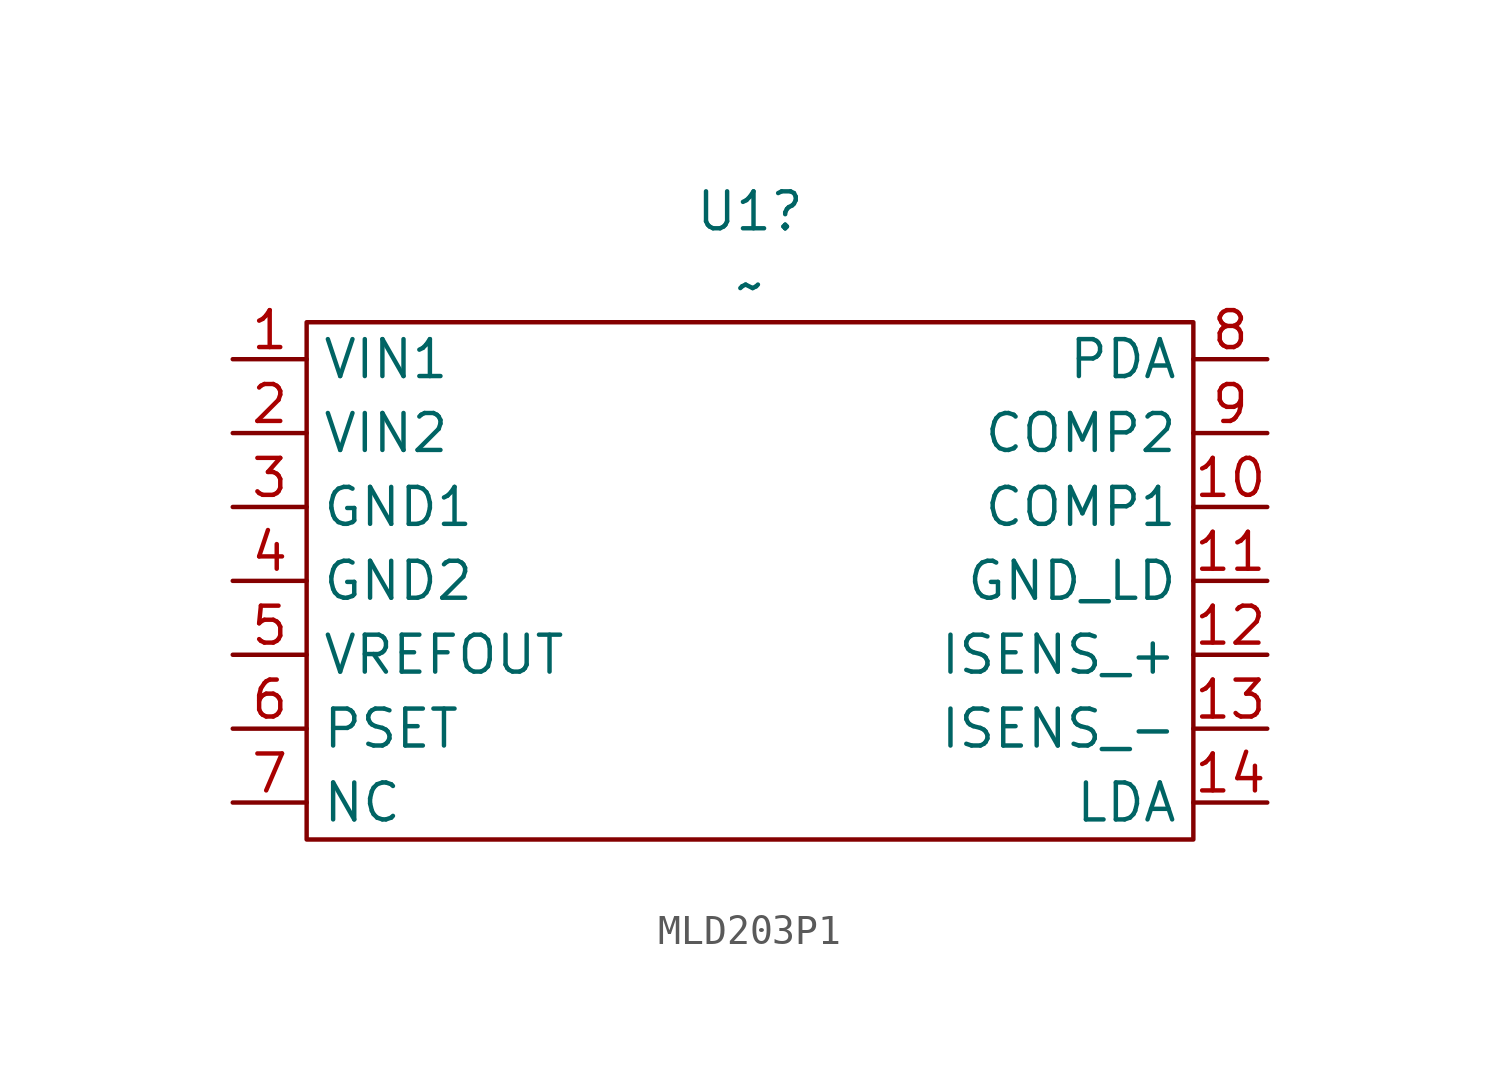
<source format=kicad_sym>
(kicad_symbol_lib
  (version 20231120)
  (generator "kicad_symbol_editor")
  (generator_version "8.0")
  (symbol "MLD203P1"
    (property "Reference" "U1"
      (at 3.81 3.81 0)
      (effects (font (size 1.27 1.27))))
    (property "Value" "~"
      (at 3.81 1.27 0)
      (effects (font (size 1.27 1.27))))
    (symbol "MLD203P1_0_1"
      (rectangle (start 19.05 0) (end -11.43 -17.78) (stroke (width 0) (type default)) (fill (type none))))
    (symbol "MLD203P1_1_1"
      (pin input line (at -13.97 -1.27 0) (length 2.54) (name "VIN1" (effects (font (size 1.27 1.27)))) (number "1" (effects (font (size 1.27 1.27)))))
      (pin input line (at 21.59 -6.35 180) (length 2.54) (name "COMP1" (effects (font (size 1.27 1.27)))) (number "10" (effects (font (size 1.27 1.27)))))
      (pin input line (at 21.59 -8.89 180) (length 2.54) (name "GND_LD" (effects (font (size 1.27 1.27)))) (number "11" (effects (font (size 1.27 1.27)))))
      (pin input line (at 21.59 -11.43 180) (length 2.54) (name "ISENS_+" (effects (font (size 1.27 1.27)))) (number "12" (effects (font (size 1.27 1.27)))))
      (pin input line (at 21.59 -13.97 180) (length 2.54) (name "ISENS_-" (effects (font (size 1.27 1.27)))) (number "13" (effects (font (size 1.27 1.27)))))
      (pin input line (at 21.59 -16.51 180) (length 2.54) (name "LDA" (effects (font (size 1.27 1.27)))) (number "14" (effects (font (size 1.27 1.27)))))
      (pin input line (at -13.97 -3.81 0) (length 2.54) (name "VIN2" (effects (font (size 1.27 1.27)))) (number "2" (effects (font (size 1.27 1.27)))))
      (pin input line (at -13.97 -6.35 0) (length 2.54) (name "GND1" (effects (font (size 1.27 1.27)))) (number "3" (effects (font (size 1.27 1.27)))))
      (pin input line (at -13.97 -8.89 0) (length 2.54) (name "GND2" (effects (font (size 1.27 1.27)))) (number "4" (effects (font (size 1.27 1.27)))))
      (pin input line (at -13.97 -11.43 0) (length 2.54) (name "VREFOUT" (effects (font (size 1.27 1.27)))) (number "5" (effects (font (size 1.27 1.27)))))
      (pin input line (at -13.97 -13.97 0) (length 2.54) (name "PSET" (effects (font (size 1.27 1.27)))) (number "6" (effects (font (size 1.27 1.27)))))
      (pin input line (at -13.97 -16.51 0) (length 2.54) (name "NC" (effects (font (size 1.27 1.27)))) (number "7" (effects (font (size 1.27 1.27)))))
      (pin input line (at 21.59 -1.27 180) (length 2.54) (name "PDA" (effects (font (size 1.27 1.27)))) (number "8" (effects (font (size 1.27 1.27)))))
      (pin input line (at 21.59 -3.81 180) (length 2.54) (name "COMP2" (effects (font (size 1.27 1.27)))) (number "9" (effects (font (size 1.27 1.27))))))))
</source>
